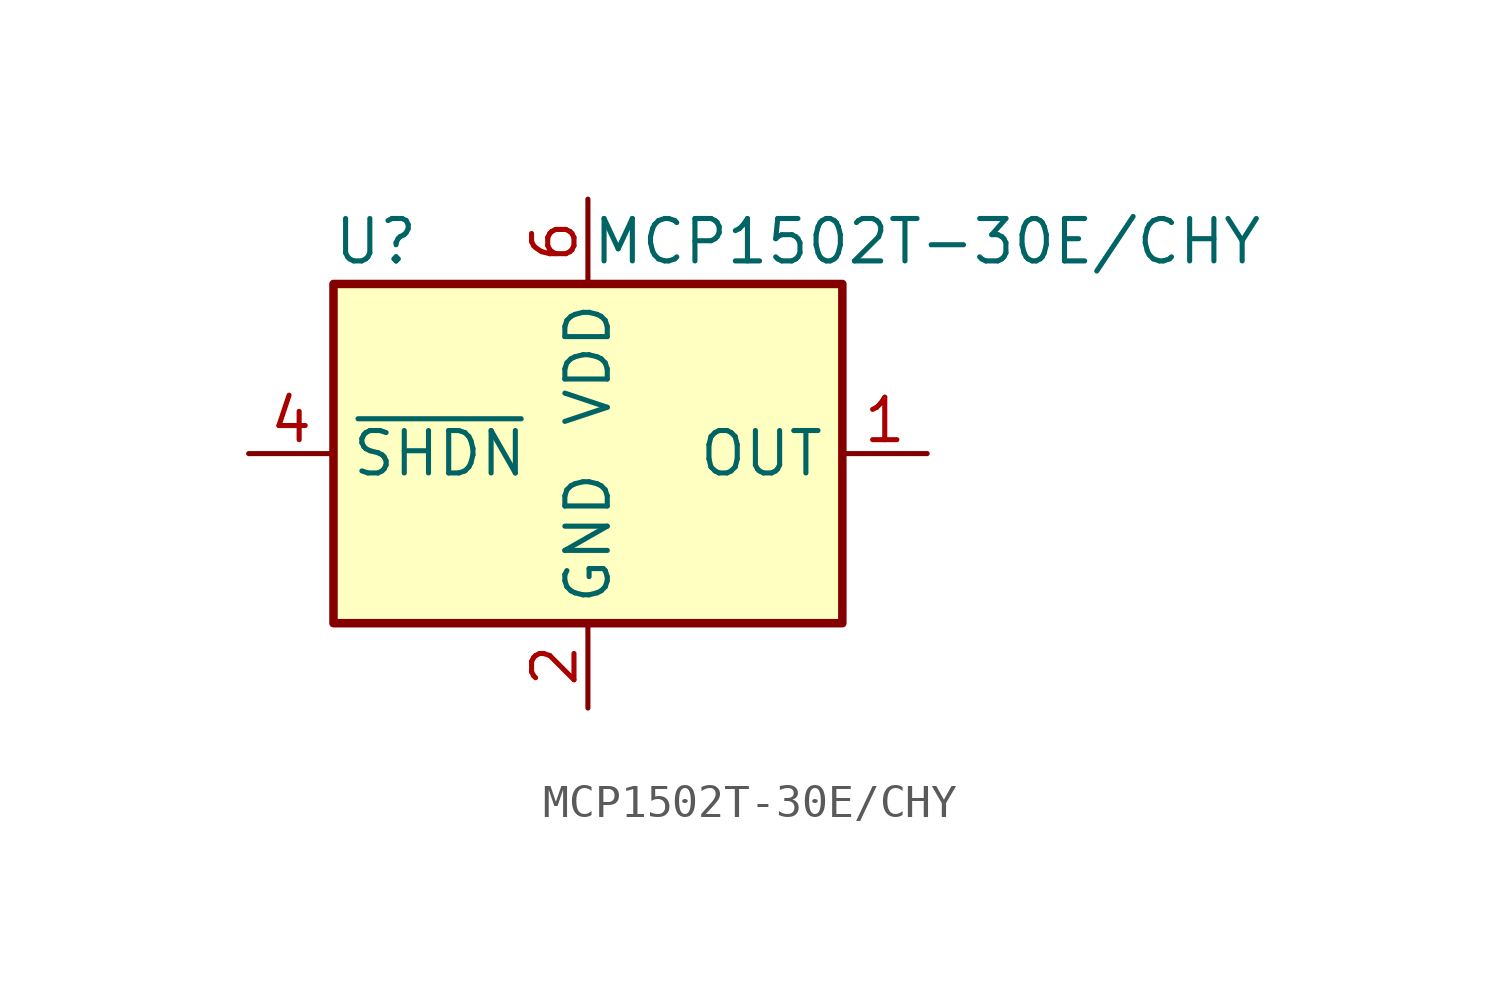
<source format=kicad_sym>
(kicad_symbol_lib
  (version 20231120)
  (generator "kicad_symbol_editor")
  (generator_version "8.0")
  (symbol "MCP1502T-30E/CHY"
    (property "Reference" "U"
      (at -6.35 6.35 0)
      (effects (font (size 1.27 1.27))))
    (property "Value" "MCP1502T-30E/CHY"
      (at 10.16 6.35 0)
      (effects (font (size 1.27 1.27))))
    (symbol "MCP1502T-30E/CHY_0_0"
      (pin power_out line (at 10.16 0 180) (length 2.54) (name "OUT" (effects (font (size 1.27 1.27)))) (number "1" (effects (font (size 1.27 1.27)))))
      (pin power_in line (at 0 -7.62 90) (length 2.54) (name "GND" (effects (font (size 1.27 1.27)))) (number "2" (effects (font (size 1.27 1.27)))))
      (pin passive line (at 0 -7.62 90) (length 2.54) hide (name "GND" (effects (font (size 1.27 1.27)))) (number "3" (effects (font (size 1.27 1.27)))))
      (pin input line (at -10.16 0 0) (length 2.54) (name "~{SHDN}" (effects (font (size 1.27 1.27)))) (number "4" (effects (font (size 1.27 1.27)))))
      (pin passive line (at 0 -7.62 90) (length 2.54) hide (name "GND" (effects (font (size 1.27 1.27)))) (number "5" (effects (font (size 1.27 1.27)))))
      (pin power_in line (at 0 7.62 270) (length 2.54) (name "VDD" (effects (font (size 1.27 1.27)))) (number "6" (effects (font (size 1.27 1.27))))))
    (symbol "MCP1502T-30E/CHY_0_1"
      (rectangle (start -7.62 5.08) (end 7.62 -5.08) (stroke (width 0.254) (type default)) (fill (type background))))))
</source>
